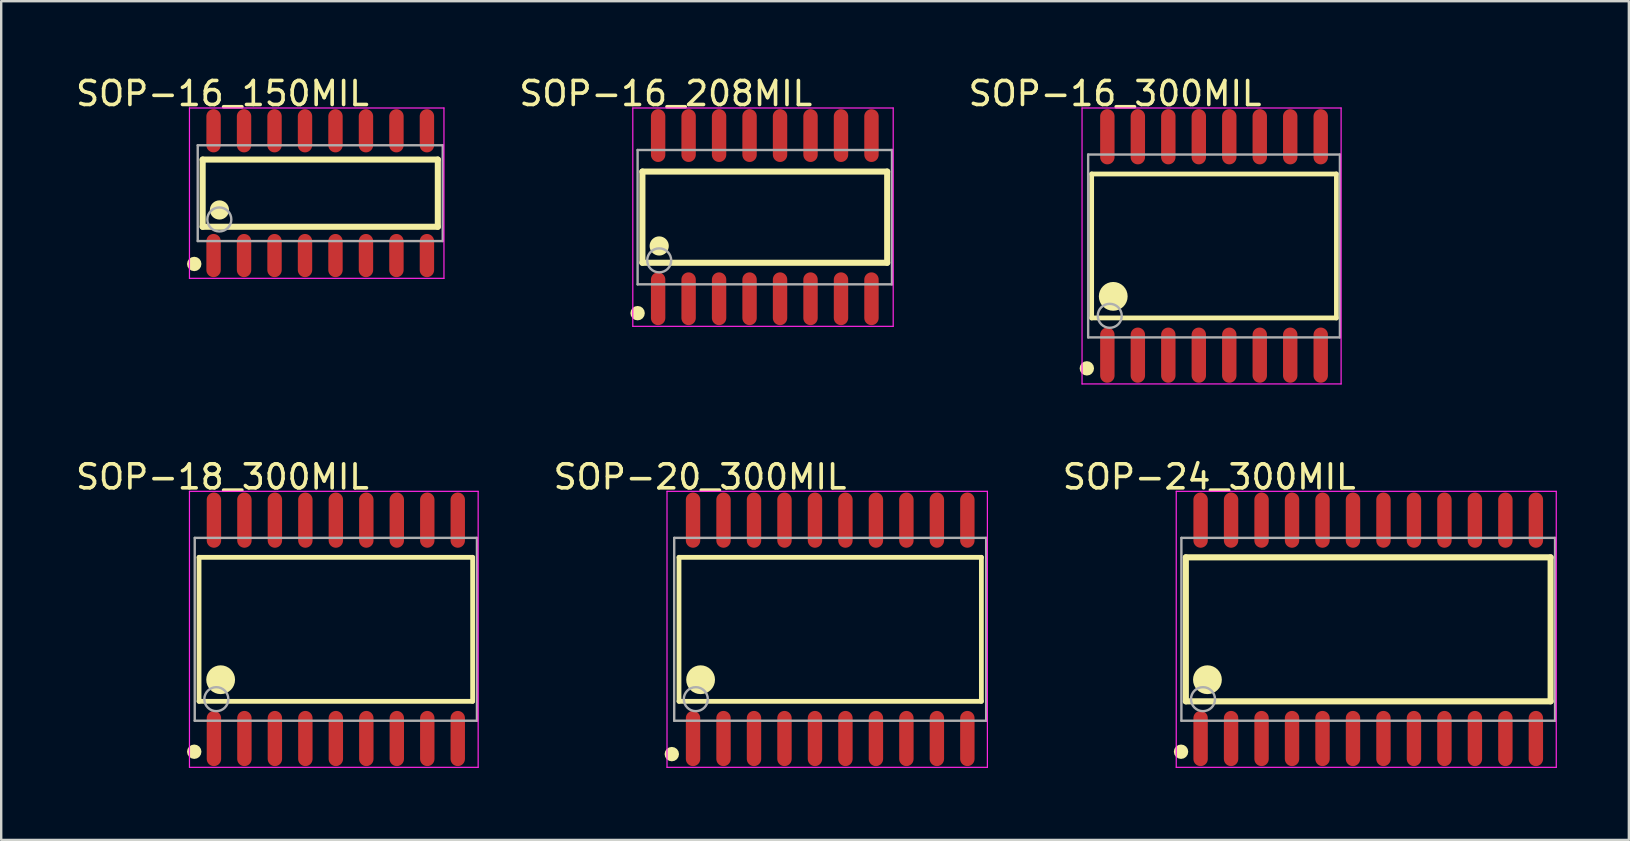
<source format=kicad_pcb>
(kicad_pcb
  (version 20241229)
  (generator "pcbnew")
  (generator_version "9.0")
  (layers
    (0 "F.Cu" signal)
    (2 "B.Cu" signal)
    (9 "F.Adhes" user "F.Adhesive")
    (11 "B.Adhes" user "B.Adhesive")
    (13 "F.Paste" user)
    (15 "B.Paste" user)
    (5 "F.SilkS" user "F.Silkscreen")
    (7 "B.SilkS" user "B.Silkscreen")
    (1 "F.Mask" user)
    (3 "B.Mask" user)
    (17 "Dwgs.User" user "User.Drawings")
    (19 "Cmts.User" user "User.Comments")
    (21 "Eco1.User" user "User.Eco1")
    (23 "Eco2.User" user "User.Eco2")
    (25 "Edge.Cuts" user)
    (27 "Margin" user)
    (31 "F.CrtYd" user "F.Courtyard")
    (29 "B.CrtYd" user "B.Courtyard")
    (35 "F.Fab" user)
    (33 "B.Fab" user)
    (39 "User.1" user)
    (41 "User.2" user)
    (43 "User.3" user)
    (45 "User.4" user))
  (footprint "SOP-18_300MIL"
    (layer "F.Cu")
    (at 10.944 23.173)
    (property "Reference" "SOP-18_300MIL" (at -4.724 -6.351 0) (layer "F.SilkS") (effects (font (size 1 1) (thickness 0.15))))
    (attr through_hole)
    (fp_line (start -5.7 -3) (end 5.7 -3) (stroke (width 0.2) (type solid)) (layer "F.SilkS"))
    (fp_line (start -5.7 3) (end -5.7 -3) (stroke (width 0.2) (type solid)) (layer "F.SilkS"))
    (fp_line (start -5.7 3) (end 5.7 3) (stroke (width 0.2) (type solid)) (layer "F.SilkS"))
    (fp_line (start 5.7 3) (end 5.7 -3) (stroke (width 0.2) (type solid)) (layer "F.SilkS"))
    (fp_circle (center -5.9 5.1) (end -5.75 5.1) (stroke (width 0.3) (type solid)) (fill no) (layer "F.SilkS"))
    (fp_circle (center -4.8 2.1) (end -4.5 2.1) (stroke (width 0.6) (type solid)) (fill no) (layer "F.SilkS"))
    (fp_line (start -6.1 -5.75) (end 5.93 -5.75) (stroke (width 0.05) (type solid)) (layer "F.CrtYd"))
    (fp_line (start -6.1 5.75) (end -6.1 -5.75) (stroke (width 0.05) (type solid)) (layer "F.CrtYd"))
    (fp_line (start 5.93 -5.75) (end 5.93 5.75) (stroke (width 0.05) (type solid)) (layer "F.CrtYd"))
    (fp_line (start 5.93 5.75) (end -6.1 5.75) (stroke (width 0.05) (type solid)) (layer "F.CrtYd"))
    (fp_line (start -5.88 -3.81) (end 5.88 -3.81) (stroke (width 0.1) (type solid)) (layer "F.Fab"))
    (fp_line (start -5.88 3.81) (end -5.88 -3.81) (stroke (width 0.1) (type solid)) (layer "F.Fab"))
    (fp_line (start -5.88 3.81) (end 5.88 3.81) (stroke (width 0.1) (type solid)) (layer "F.Fab"))
    (fp_line (start 5.88 3.81) (end 5.88 -3.81) (stroke (width 0.1) (type solid)) (layer "F.Fab"))
    (fp_circle (center -4.98 2.91) (end -4.48 2.91) (stroke (width 0.1) (type solid)) (fill no) (layer "F.Fab"))
    (pad "1" smd oval (at -5.08 4.55 180) (size 0.6 2.3) (layers "F.Cu" "F.Mask" "F.Paste"))
    (pad "2" smd oval (at -3.81 4.55 180) (size 0.6 2.3) (layers "F.Cu" "F.Mask" "F.Paste"))
    (pad "3" smd oval (at -2.54 4.55 180) (size 0.6 2.3) (layers "F.Cu" "F.Mask" "F.Paste"))
    (pad "4" smd oval (at -1.27 4.55 180) (size 0.6 2.3) (layers "F.Cu" "F.Mask" "F.Paste"))
    (pad "5" smd oval (at 0 4.55 180) (size 0.6 2.3) (layers "F.Cu" "F.Mask" "F.Paste"))
    (pad "6" smd oval (at 1.27 4.55 180) (size 0.6 2.3) (layers "F.Cu" "F.Mask" "F.Paste"))
    (pad "7" smd oval (at 2.54 4.55 180) (size 0.6 2.3) (layers "F.Cu" "F.Mask" "F.Paste"))
    (pad "8" smd oval (at 3.81 4.55 180) (size 0.6 2.3) (layers "F.Cu" "F.Mask" "F.Paste"))
    (pad "9" smd oval (at 5.08 4.55 180) (size 0.6 2.3) (layers "F.Cu" "F.Mask" "F.Paste"))
    (pad "10" smd oval (at 5.08 -4.55 180) (size 0.6 2.3) (layers "F.Cu" "F.Mask" "F.Paste"))
    (pad "11" smd oval (at 3.81 -4.55 180) (size 0.6 2.3) (layers "F.Cu" "F.Mask" "F.Paste"))
    (pad "12" smd oval (at 2.54 -4.55 180) (size 0.6 2.3) (layers "F.Cu" "F.Mask" "F.Paste"))
    (pad "13" smd oval (at 1.27 -4.55 180) (size 0.6 2.3) (layers "F.Cu" "F.Mask" "F.Paste"))
    (pad "14" smd oval (at 0 -4.55 180) (size 0.6 2.3) (layers "F.Cu" "F.Mask" "F.Paste"))
    (pad "15" smd oval (at -1.27 -4.55 180) (size 0.6 2.3) (layers "F.Cu" "F.Mask" "F.Paste"))
    (pad "16" smd oval (at -2.54 -4.55 180) (size 0.6 2.3) (layers "F.Cu" "F.Mask" "F.Paste"))
    (pad "17" smd oval (at -3.81 -4.55 180) (size 0.6 2.3) (layers "F.Cu" "F.Mask" "F.Paste"))
    (pad "18" smd oval (at -5.08 -4.55 180) (size 0.6 2.3) (layers "F.Cu" "F.Mask" "F.Paste")))
  (footprint "SOP-16_208MIL"
    (layer "F.Cu")
    (at 28.818 5.999)
    (property "Reference" "SOP-16_208MIL" (at -4.124 -5.151 0) (layer "F.SilkS") (effects (font (size 1 1) (thickness 0.15))))
    (attr through_hole)
    (fp_line (start -5.1 -1.9) (end 5.1 -1.9) (stroke (width 0.254) (type solid)) (layer "F.SilkS"))
    (fp_line (start -5.1 1.9) (end -5.1 -1.9) (stroke (width 0.254) (type solid)) (layer "F.SilkS"))
    (fp_line (start -5.1 1.9) (end 5.1 1.9) (stroke (width 0.254) (type solid)) (layer "F.SilkS"))
    (fp_line (start 5.1 1.9) (end 5.1 -1.9) (stroke (width 0.254) (type solid)) (layer "F.SilkS"))
    (fp_circle (center -5.3 4) (end -5.15 4) (stroke (width 0.3) (type solid)) (fill no) (layer "F.SilkS"))
    (fp_circle (center -4.4 1.2) (end -4.2 1.2) (stroke (width 0.4) (type solid)) (fill no) (layer "F.SilkS"))
    (fp_line (start -5.5 -4.55) (end 5.35 -4.55) (stroke (width 0.05) (type solid)) (layer "F.CrtYd"))
    (fp_line (start -5.5 4.55) (end -5.5 -4.55) (stroke (width 0.05) (type solid)) (layer "F.CrtYd"))
    (fp_line (start 5.35 -4.55) (end 5.35 4.55) (stroke (width 0.05) (type solid)) (layer "F.CrtYd"))
    (fp_line (start 5.35 4.55) (end -5.5 4.55) (stroke (width 0.05) (type solid)) (layer "F.CrtYd"))
    (fp_line (start -5.3 -2.8) (end 5.3 -2.8) (stroke (width 0.1) (type solid)) (layer "F.Fab"))
    (fp_line (start -5.3 2.8) (end -5.3 -2.8) (stroke (width 0.1) (type solid)) (layer "F.Fab"))
    (fp_line (start -5.3 2.8) (end 5.3 2.8) (stroke (width 0.1) (type solid)) (layer "F.Fab"))
    (fp_line (start 5.3 2.8) (end 5.3 -2.8) (stroke (width 0.1) (type solid)) (layer "F.Fab"))
    (fp_circle (center -4.4 1.8) (end -3.9 1.8) (stroke (width 0.1) (type solid)) (fill no) (layer "F.Fab"))
    (pad "1" smd oval (at -4.445 3.4) (size 0.6 2.2) (layers "F.Cu" "F.Mask" "F.Paste"))
    (pad "2" smd oval (at -3.175 3.4) (size 0.6 2.2) (layers "F.Cu" "F.Mask" "F.Paste"))
    (pad "3" smd oval (at -1.905 3.4) (size 0.6 2.2) (layers "F.Cu" "F.Mask" "F.Paste"))
    (pad "4" smd oval (at -0.635 3.4) (size 0.6 2.2) (layers "F.Cu" "F.Mask" "F.Paste"))
    (pad "5" smd oval (at 0.635 3.4) (size 0.6 2.2) (layers "F.Cu" "F.Mask" "F.Paste"))
    (pad "6" smd oval (at 1.905 3.4) (size 0.6 2.2) (layers "F.Cu" "F.Mask" "F.Paste"))
    (pad "7" smd oval (at 3.175 3.4) (size 0.6 2.2) (layers "F.Cu" "F.Mask" "F.Paste"))
    (pad "8" smd oval (at 4.445 3.4) (size 0.6 2.2) (layers "F.Cu" "F.Mask" "F.Paste"))
    (pad "9" smd oval (at 4.445 -3.4 180) (size 0.6 2.2) (layers "F.Cu" "F.Mask" "F.Paste"))
    (pad "10" smd oval (at 3.175 -3.4 180) (size 0.6 2.2) (layers "F.Cu" "F.Mask" "F.Paste"))
    (pad "11" smd oval (at 1.905 -3.4 180) (size 0.6 2.2) (layers "F.Cu" "F.Mask" "F.Paste"))
    (pad "12" smd oval (at 0.635 -3.4 180) (size 0.6 2.2) (layers "F.Cu" "F.Mask" "F.Paste"))
    (pad "13" smd oval (at -0.635 -3.4 180) (size 0.6 2.2) (layers "F.Cu" "F.Mask" "F.Paste"))
    (pad "14" smd oval (at -1.905 -3.4 180) (size 0.6 2.2) (layers "F.Cu" "F.Mask" "F.Paste"))
    (pad "15" smd oval (at -3.175 -3.4 180) (size 0.6 2.2) (layers "F.Cu" "F.Mask" "F.Paste"))
    (pad "16" smd oval (at -4.445 -3.4 180) (size 0.6 2.2) (layers "F.Cu" "F.Mask" "F.Paste")))
  (footprint "SOP-16_150MIL"
    (layer "F.Cu")
    (at 10.294 4.999)
    (property "Reference" "SOP-16_150MIL" (at -4.074 -4.151 0) (layer "F.SilkS") (effects (font (size 1 1) (thickness 0.15))))
    (attr through_hole)
    (fp_line (start -4.9 -1.4) (end 4.9 -1.4) (stroke (width 0.254) (type solid)) (layer "F.SilkS"))
    (fp_line (start -4.9 1.4) (end -4.9 -1.4) (stroke (width 0.254) (type solid)) (layer "F.SilkS"))
    (fp_line (start -4.9 1.4) (end 4.9 1.4) (stroke (width 0.254) (type solid)) (layer "F.SilkS"))
    (fp_line (start 4.9 1.4) (end 4.9 -1.4) (stroke (width 0.254) (type solid)) (layer "F.SilkS"))
    (fp_circle (center -5.25 2.95) (end -5.1 2.95) (stroke (width 0.3) (type solid)) (fill no) (layer "F.SilkS"))
    (fp_circle (center -4.2 0.7) (end -4 0.7) (stroke (width 0.4) (type solid)) (fill no) (layer "F.SilkS"))
    (fp_line (start -5.45 -3.55) (end 5.155 -3.55) (stroke (width 0.05) (type solid)) (layer "F.CrtYd"))
    (fp_line (start -5.45 3.55) (end -5.45 -3.55) (stroke (width 0.05) (type solid)) (layer "F.CrtYd"))
    (fp_line (start 5.155 -3.55) (end 5.155 3.55) (stroke (width 0.05) (type solid)) (layer "F.CrtYd"))
    (fp_line (start 5.155 3.55) (end -5.45 3.55) (stroke (width 0.05) (type solid)) (layer "F.CrtYd"))
    (fp_line (start -5.105 -1.995) (end 5.105 -1.995) (stroke (width 0.1) (type solid)) (layer "F.Fab"))
    (fp_line (start -5.105 1.995) (end -5.105 -1.995) (stroke (width 0.1) (type solid)) (layer "F.Fab"))
    (fp_line (start -5.105 1.995) (end 5.105 1.995) (stroke (width 0.1) (type solid)) (layer "F.Fab"))
    (fp_line (start 5.105 1.995) (end 5.105 -1.995) (stroke (width 0.1) (type solid)) (layer "F.Fab"))
    (fp_circle (center -4.205 1.095) (end -3.705 1.095) (stroke (width 0.1) (type solid)) (fill no) (layer "F.Fab"))
    (pad "1" smd oval (at -4.445 2.6 180) (size 0.6 1.8) (layers "F.Cu" "F.Mask" "F.Paste"))
    (pad "2" smd oval (at -3.175 2.6 180) (size 0.6 1.8) (layers "F.Cu" "F.Mask" "F.Paste"))
    (pad "3" smd oval (at -1.905 2.6 180) (size 0.6 1.8) (layers "F.Cu" "F.Mask" "F.Paste"))
    (pad "4" smd oval (at -0.635 2.6 180) (size 0.6 1.8) (layers "F.Cu" "F.Mask" "F.Paste"))
    (pad "5" smd oval (at 0.635 2.6 180) (size 0.6 1.8) (layers "F.Cu" "F.Mask" "F.Paste"))
    (pad "6" smd oval (at 1.905 2.6 180) (size 0.6 1.8) (layers "F.Cu" "F.Mask" "F.Paste"))
    (pad "7" smd oval (at 3.175 2.6 180) (size 0.6 1.8) (layers "F.Cu" "F.Mask" "F.Paste"))
    (pad "8" smd oval (at 4.445 2.6 180) (size 0.6 1.8) (layers "F.Cu" "F.Mask" "F.Paste"))
    (pad "9" smd oval (at 4.445 -2.6 180) (size 0.6 1.8) (layers "F.Cu" "F.Mask" "F.Paste"))
    (pad "10" smd oval (at 3.175 -2.6 180) (size 0.6 1.8) (layers "F.Cu" "F.Mask" "F.Paste"))
    (pad "11" smd oval (at 1.905 -2.6 180) (size 0.6 1.8) (layers "F.Cu" "F.Mask" "F.Paste"))
    (pad "12" smd oval (at 0.635 -2.6 180) (size 0.6 1.8) (layers "F.Cu" "F.Mask" "F.Paste"))
    (pad "13" smd oval (at -0.635 -2.6 180) (size 0.6 1.8) (layers "F.Cu" "F.Mask" "F.Paste"))
    (pad "14" smd oval (at -1.905 -2.6 180) (size 0.6 1.8) (layers "F.Cu" "F.Mask" "F.Paste"))
    (pad "15" smd oval (at -3.175 -2.6 180) (size 0.6 1.8) (layers "F.Cu" "F.Mask" "F.Paste"))
    (pad "16" smd oval (at -4.445 -2.6 180) (size 0.6 1.8) (layers "F.Cu" "F.Mask" "F.Paste")))
  (footprint "SOP-20_300MIL"
    (layer "F.Cu")
    (at 31.543 23.173)
    (property "Reference" "SOP-20_300MIL" (at -5.424 -6.351 0) (layer "F.SilkS") (effects (font (size 1 1) (thickness 0.15))))
    (attr through_hole)
    (fp_line (start -6.3 -3) (end 6.3 -3) (stroke (width 0.2) (type solid)) (layer "F.SilkS"))
    (fp_line (start -6.3 3) (end -6.3 -3) (stroke (width 0.2) (type solid)) (layer "F.SilkS"))
    (fp_line (start -6.3 3) (end 6.3 3) (stroke (width 0.2) (type solid)) (layer "F.SilkS"))
    (fp_line (start 6.3 3) (end 6.3 -3) (stroke (width 0.2) (type solid)) (layer "F.SilkS"))
    (fp_circle (center -6.6 5.2) (end -6.45 5.2) (stroke (width 0.3) (type solid)) (fill no) (layer "F.SilkS"))
    (fp_circle (center -5.4 2.1) (end -5.1 2.1) (stroke (width 0.6) (type solid)) (fill no) (layer "F.SilkS"))
    (fp_line (start -6.8 -5.75) (end 6.55 -5.75) (stroke (width 0.05) (type solid)) (layer "F.CrtYd"))
    (fp_line (start -6.8 5.75) (end -6.8 -5.75) (stroke (width 0.05) (type solid)) (layer "F.CrtYd"))
    (fp_line (start 6.55 -5.75) (end 6.55 5.75) (stroke (width 0.05) (type solid)) (layer "F.CrtYd"))
    (fp_line (start 6.55 5.75) (end -6.8 5.75) (stroke (width 0.05) (type solid)) (layer "F.CrtYd"))
    (fp_line (start -6.5 -3.81) (end 6.5 -3.81) (stroke (width 0.1) (type solid)) (layer "F.Fab"))
    (fp_line (start -6.5 3.81) (end -6.5 -3.81) (stroke (width 0.1) (type solid)) (layer "F.Fab"))
    (fp_line (start -6.5 3.81) (end 6.5 3.81) (stroke (width 0.1) (type solid)) (layer "F.Fab"))
    (fp_line (start 6.5 3.81) (end 6.5 -3.81) (stroke (width 0.1) (type solid)) (layer "F.Fab"))
    (fp_circle (center -5.6 2.91) (end -5.1 2.91) (stroke (width 0.1) (type solid)) (fill no) (layer "F.Fab"))
    (pad "1" smd oval (at -5.715 4.55 180) (size 0.6 2.3) (layers "F.Cu" "F.Mask" "F.Paste"))
    (pad "2" smd oval (at -4.445 4.55 180) (size 0.6 2.3) (layers "F.Cu" "F.Mask" "F.Paste"))
    (pad "3" smd oval (at -3.175 4.55 180) (size 0.6 2.3) (layers "F.Cu" "F.Mask" "F.Paste"))
    (pad "4" smd oval (at -1.905 4.55 180) (size 0.6 2.3) (layers "F.Cu" "F.Mask" "F.Paste"))
    (pad "5" smd oval (at -0.635 4.55 180) (size 0.6 2.3) (layers "F.Cu" "F.Mask" "F.Paste"))
    (pad "6" smd oval (at 0.635 4.55 180) (size 0.6 2.3) (layers "F.Cu" "F.Mask" "F.Paste"))
    (pad "7" smd oval (at 1.905 4.55 180) (size 0.6 2.3) (layers "F.Cu" "F.Mask" "F.Paste"))
    (pad "8" smd oval (at 3.175 4.55 180) (size 0.6 2.3) (layers "F.Cu" "F.Mask" "F.Paste"))
    (pad "9" smd oval (at 4.445 4.55 180) (size 0.6 2.3) (layers "F.Cu" "F.Mask" "F.Paste"))
    (pad "10" smd oval (at 5.715 4.55 180) (size 0.6 2.3) (layers "F.Cu" "F.Mask" "F.Paste"))
    (pad "11" smd oval (at 5.715 -4.55 180) (size 0.6 2.3) (layers "F.Cu" "F.Mask" "F.Paste"))
    (pad "12" smd oval (at 4.445 -4.55 180) (size 0.6 2.3) (layers "F.Cu" "F.Mask" "F.Paste"))
    (pad "13" smd oval (at 3.175 -4.55 180) (size 0.6 2.3) (layers "F.Cu" "F.Mask" "F.Paste"))
    (pad "14" smd oval (at 1.905 -4.55 180) (size 0.6 2.3) (layers "F.Cu" "F.Mask" "F.Paste"))
    (pad "15" smd oval (at 0.635 -4.55 180) (size 0.6 2.3) (layers "F.Cu" "F.Mask" "F.Paste"))
    (pad "16" smd oval (at -0.635 -4.55 180) (size 0.6 2.3) (layers "F.Cu" "F.Mask" "F.Paste"))
    (pad "17" smd oval (at -1.905 -4.55 180) (size 0.6 2.3) (layers "F.Cu" "F.Mask" "F.Paste"))
    (pad "18" smd oval (at -3.175 -4.55 180) (size 0.6 2.3) (layers "F.Cu" "F.Mask" "F.Paste"))
    (pad "19" smd oval (at -4.445 -4.55 180) (size 0.6 2.3) (layers "F.Cu" "F.Mask" "F.Paste"))
    (pad "20" smd oval (at -5.715 -4.55 180) (size 0.6 2.3) (layers "F.Cu" "F.Mask" "F.Paste")))
  (footprint "SOP-24_300MIL"
    (layer "F.Cu")
    (at 53.962 23.173)
    (property "Reference" "SOP-24_300MIL" (at -6.624 -6.351 0) (layer "F.SilkS") (effects (font (size 1 1) (thickness 0.15))))
    (attr through_hole)
    (fp_line (start -7.6 -3) (end 7.6 -3) (stroke (width 0.254) (type solid)) (layer "F.SilkS"))
    (fp_line (start -7.6 3) (end -7.6 -3) (stroke (width 0.254) (type solid)) (layer "F.SilkS"))
    (fp_line (start -7.6 3) (end 7.6 3) (stroke (width 0.254) (type solid)) (layer "F.SilkS"))
    (fp_line (start 7.6 3) (end 7.6 -3) (stroke (width 0.254) (type solid)) (layer "F.SilkS"))
    (fp_circle (center -7.8 5.1) (end -7.65 5.1) (stroke (width 0.3) (type solid)) (fill no) (layer "F.SilkS"))
    (fp_circle (center -6.7 2.1) (end -6.4 2.1) (stroke (width 0.6) (type solid)) (fill no) (layer "F.SilkS"))
    (fp_line (start -8 -5.75) (end 7.835 -5.75) (stroke (width 0.05) (type solid)) (layer "F.CrtYd"))
    (fp_line (start -8 5.75) (end -8 -5.75) (stroke (width 0.05) (type solid)) (layer "F.CrtYd"))
    (fp_line (start 7.835 -5.75) (end 7.835 5.75) (stroke (width 0.05) (type solid)) (layer "F.CrtYd"))
    (fp_line (start 7.835 5.75) (end -8 5.75) (stroke (width 0.05) (type solid)) (layer "F.CrtYd"))
    (fp_line (start -7.785 -3.81) (end 7.785 -3.81) (stroke (width 0.1) (type solid)) (layer "F.Fab"))
    (fp_line (start -7.785 3.81) (end -7.785 -3.81) (stroke (width 0.1) (type solid)) (layer "F.Fab"))
    (fp_line (start -7.785 3.81) (end 7.785 3.81) (stroke (width 0.1) (type solid)) (layer "F.Fab"))
    (fp_line (start 7.785 3.81) (end 7.785 -3.81) (stroke (width 0.1) (type solid)) (layer "F.Fab"))
    (fp_circle (center -6.885 2.91) (end -6.385 2.91) (stroke (width 0.1) (type solid)) (fill no) (layer "F.Fab"))
    (pad "1" smd oval (at -6.985 4.55 180) (size 0.6 2.3) (layers "F.Cu" "F.Mask" "F.Paste"))
    (pad "2" smd oval (at -5.715 4.55 180) (size 0.6 2.3) (layers "F.Cu" "F.Mask" "F.Paste"))
    (pad "3" smd oval (at -4.445 4.55 180) (size 0.6 2.3) (layers "F.Cu" "F.Mask" "F.Paste"))
    (pad "4" smd oval (at -3.175 4.55 180) (size 0.6 2.3) (layers "F.Cu" "F.Mask" "F.Paste"))
    (pad "5" smd oval (at -1.905 4.55 180) (size 0.6 2.3) (layers "F.Cu" "F.Mask" "F.Paste"))
    (pad "6" smd oval (at -0.635 4.55 180) (size 0.6 2.3) (layers "F.Cu" "F.Mask" "F.Paste"))
    (pad "7" smd oval (at 0.635 4.55 180) (size 0.6 2.3) (layers "F.Cu" "F.Mask" "F.Paste"))
    (pad "8" smd oval (at 1.905 4.55 180) (size 0.6 2.3) (layers "F.Cu" "F.Mask" "F.Paste"))
    (pad "9" smd oval (at 3.175 4.55 180) (size 0.6 2.3) (layers "F.Cu" "F.Mask" "F.Paste"))
    (pad "10" smd oval (at 4.445 4.55 180) (size 0.6 2.3) (layers "F.Cu" "F.Mask" "F.Paste"))
    (pad "11" smd oval (at 5.715 4.55 180) (size 0.6 2.3) (layers "F.Cu" "F.Mask" "F.Paste"))
    (pad "12" smd oval (at 6.985 4.55 180) (size 0.6 2.3) (layers "F.Cu" "F.Mask" "F.Paste"))
    (pad "13" smd oval (at 6.985 -4.55 180) (size 0.6 2.3) (layers "F.Cu" "F.Mask" "F.Paste"))
    (pad "14" smd oval (at 5.715 -4.55 180) (size 0.6 2.3) (layers "F.Cu" "F.Mask" "F.Paste"))
    (pad "15" smd oval (at 4.445 -4.55 180) (size 0.6 2.3) (layers "F.Cu" "F.Mask" "F.Paste"))
    (pad "16" smd oval (at 3.175 -4.55 180) (size 0.6 2.3) (layers "F.Cu" "F.Mask" "F.Paste"))
    (pad "17" smd oval (at 1.905 -4.55 180) (size 0.6 2.3) (layers "F.Cu" "F.Mask" "F.Paste"))
    (pad "18" smd oval (at 0.635 -4.55 180) (size 0.6 2.3) (layers "F.Cu" "F.Mask" "F.Paste"))
    (pad "19" smd oval (at -0.635 -4.55 180) (size 0.6 2.3) (layers "F.Cu" "F.Mask" "F.Paste"))
    (pad "20" smd oval (at -1.905 -4.55 180) (size 0.6 2.3) (layers "F.Cu" "F.Mask" "F.Paste"))
    (pad "21" smd oval (at -3.175 -4.55 180) (size 0.6 2.3) (layers "F.Cu" "F.Mask" "F.Paste"))
    (pad "22" smd oval (at -4.445 -4.55 180) (size 0.6 2.3) (layers "F.Cu" "F.Mask" "F.Paste"))
    (pad "23" smd oval (at -5.715 -4.55 180) (size 0.6 2.3) (layers "F.Cu" "F.Mask" "F.Paste"))
    (pad "24" smd oval (at -6.985 -4.55 180) (size 0.6 2.3) (layers "F.Cu" "F.Mask" "F.Paste")))
  (footprint "SOP-16_300MIL"
    (layer "F.Cu")
    (at 47.537 7.199)
    (property "Reference" "SOP-16_300MIL" (at -4.124 -6.351 0) (layer "F.SilkS") (effects (font (size 1 1) (thickness 0.15))))
    (attr through_hole)
    (fp_line (start -5.1 -3) (end 5.1 -3) (stroke (width 0.2) (type solid)) (layer "F.SilkS"))
    (fp_line (start -5.1 3) (end -5.1 -3) (stroke (width 0.2) (type solid)) (layer "F.SilkS"))
    (fp_line (start -5.1 3) (end 5.1 3) (stroke (width 0.2) (type solid)) (layer "F.SilkS"))
    (fp_line (start 5.1 3) (end 5.1 -3) (stroke (width 0.2) (type solid)) (layer "F.SilkS"))
    (fp_circle (center -5.3 5.1) (end -5.15 5.1) (stroke (width 0.3) (type solid)) (fill no) (layer "F.SilkS"))
    (fp_circle (center -4.2 2.1) (end -3.9 2.1) (stroke (width 0.6) (type solid)) (fill no) (layer "F.SilkS"))
    (fp_line (start -5.5 -5.75) (end 5.295 -5.75) (stroke (width 0.05) (type solid)) (layer "F.CrtYd"))
    (fp_line (start -5.5 5.75) (end -5.5 -5.75) (stroke (width 0.05) (type solid)) (layer "F.CrtYd"))
    (fp_line (start 5.295 -5.75) (end 5.295 5.75) (stroke (width 0.05) (type solid)) (layer "F.CrtYd"))
    (fp_line (start 5.295 5.75) (end -5.5 5.75) (stroke (width 0.05) (type solid)) (layer "F.CrtYd"))
    (fp_line (start -5.245 -3.81) (end 5.245 -3.81) (stroke (width 0.1) (type solid)) (layer "F.Fab"))
    (fp_line (start -5.245 3.81) (end -5.245 -3.81) (stroke (width 0.1) (type solid)) (layer "F.Fab"))
    (fp_line (start -5.245 3.81) (end 5.245 3.81) (stroke (width 0.1) (type solid)) (layer "F.Fab"))
    (fp_line (start 5.245 3.81) (end 5.245 -3.81) (stroke (width 0.1) (type solid)) (layer "F.Fab"))
    (fp_circle (center -4.345 2.91) (end -3.845 2.91) (stroke (width 0.1) (type solid)) (fill no) (layer "F.Fab"))
    (pad "1" smd oval (at -4.445 4.55 180) (size 0.6 2.3) (layers "F.Cu" "F.Mask" "F.Paste"))
    (pad "2" smd oval (at -3.175 4.55 180) (size 0.6 2.3) (layers "F.Cu" "F.Mask" "F.Paste"))
    (pad "3" smd oval (at -1.905 4.55 180) (size 0.6 2.3) (layers "F.Cu" "F.Mask" "F.Paste"))
    (pad "4" smd oval (at -0.635 4.55 180) (size 0.6 2.3) (layers "F.Cu" "F.Mask" "F.Paste"))
    (pad "5" smd oval (at 0.635 4.55 180) (size 0.6 2.3) (layers "F.Cu" "F.Mask" "F.Paste"))
    (pad "6" smd oval (at 1.905 4.55 180) (size 0.6 2.3) (layers "F.Cu" "F.Mask" "F.Paste"))
    (pad "7" smd oval (at 3.175 4.55 180) (size 0.6 2.3) (layers "F.Cu" "F.Mask" "F.Paste"))
    (pad "8" smd oval (at 4.445 4.55 180) (size 0.6 2.3) (layers "F.Cu" "F.Mask" "F.Paste"))
    (pad "9" smd oval (at 4.445 -4.55 180) (size 0.6 2.3) (layers "F.Cu" "F.Mask" "F.Paste"))
    (pad "10" smd oval (at 3.175 -4.55 180) (size 0.6 2.3) (layers "F.Cu" "F.Mask" "F.Paste"))
    (pad "11" smd oval (at 1.905 -4.55 180) (size 0.6 2.3) (layers "F.Cu" "F.Mask" "F.Paste"))
    (pad "12" smd oval (at 0.635 -4.55 180) (size 0.6 2.3) (layers "F.Cu" "F.Mask" "F.Paste"))
    (pad "13" smd oval (at -0.635 -4.55 180) (size 0.6 2.3) (layers "F.Cu" "F.Mask" "F.Paste"))
    (pad "14" smd oval (at -1.905 -4.55 180) (size 0.6 2.3) (layers "F.Cu" "F.Mask" "F.Paste"))
    (pad "15" smd oval (at -3.175 -4.55 180) (size 0.6 2.3) (layers "F.Cu" "F.Mask" "F.Paste"))
    (pad "16" smd oval (at -4.445 -4.55 180) (size 0.6 2.3) (layers "F.Cu" "F.Mask" "F.Paste")))
  (gr_rect
    (start -3 -3)
    (end 64.822 31.948)
    (stroke (width 0.1) (type default))
    (fill no)
    (layer "Edge.Cuts")))
</source>
